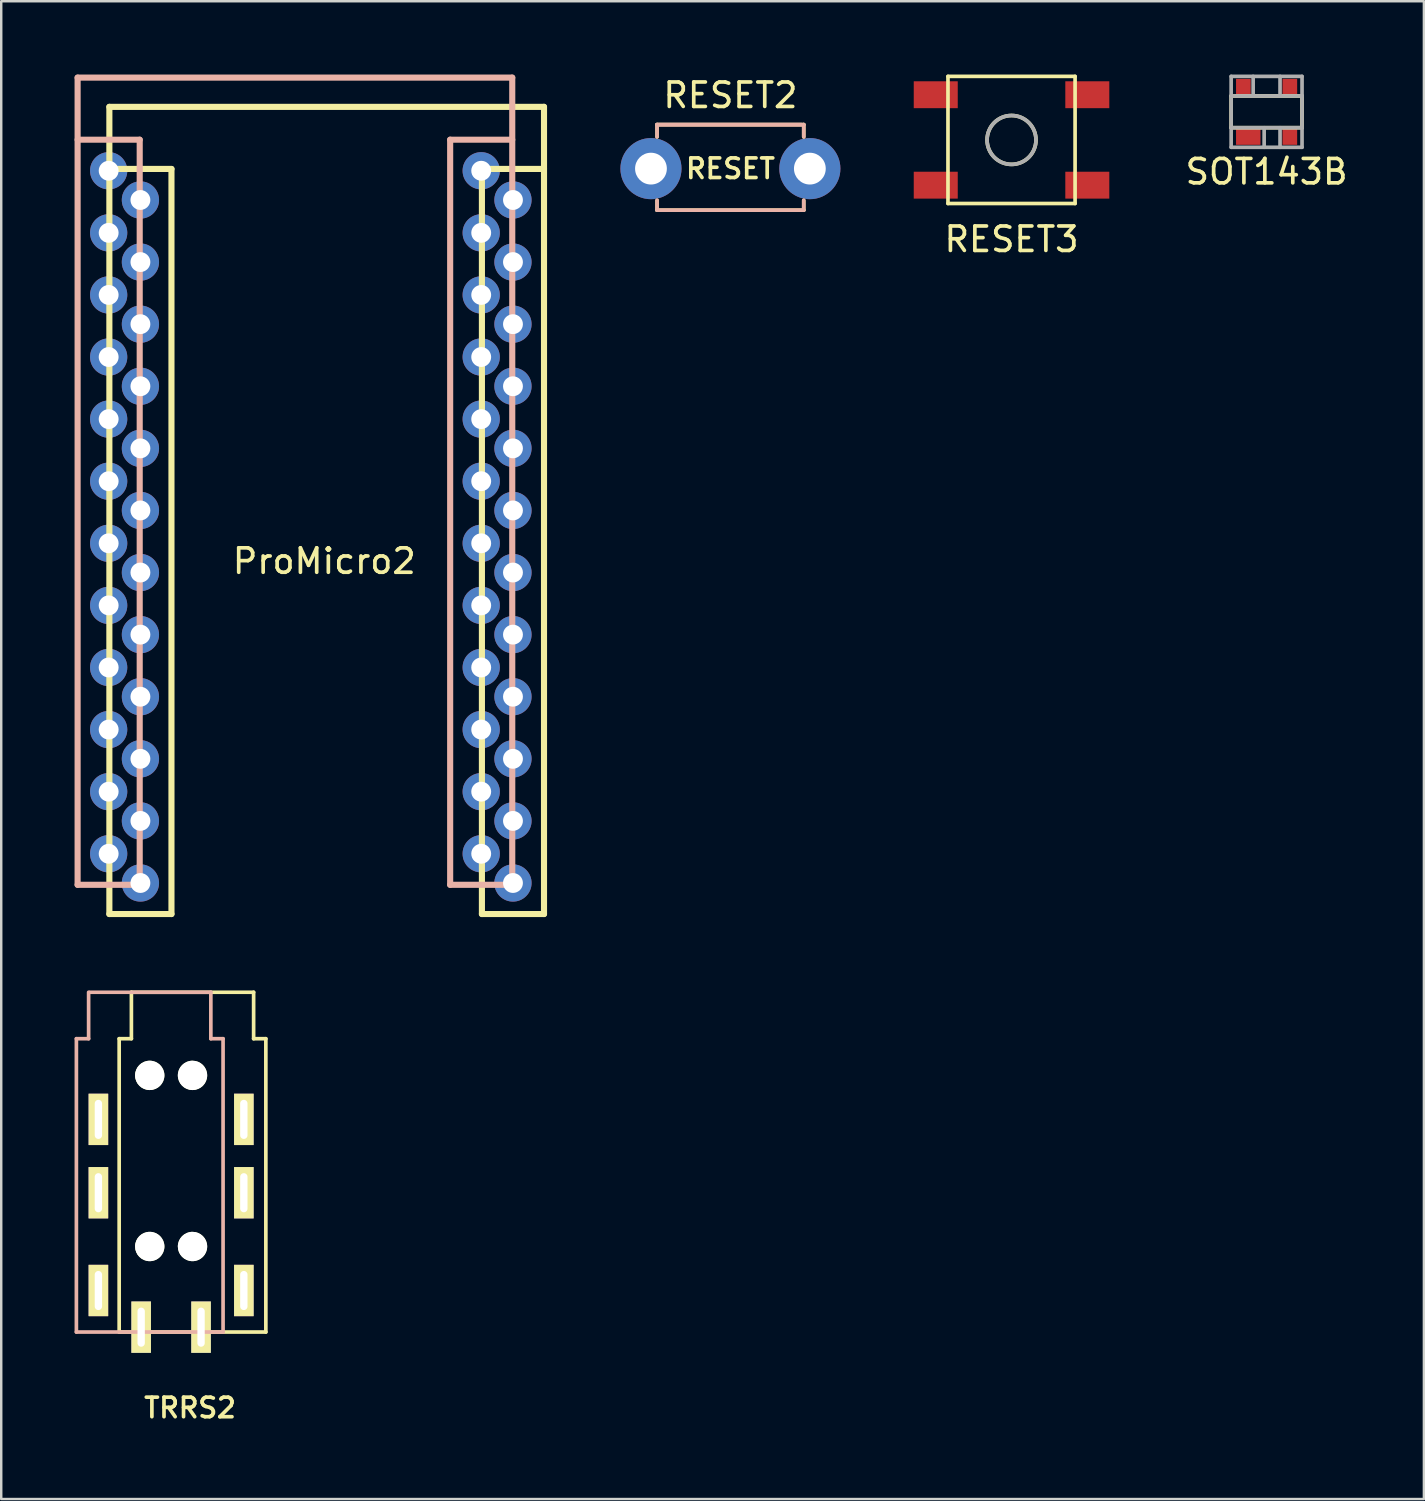
<source format=kicad_pcb>
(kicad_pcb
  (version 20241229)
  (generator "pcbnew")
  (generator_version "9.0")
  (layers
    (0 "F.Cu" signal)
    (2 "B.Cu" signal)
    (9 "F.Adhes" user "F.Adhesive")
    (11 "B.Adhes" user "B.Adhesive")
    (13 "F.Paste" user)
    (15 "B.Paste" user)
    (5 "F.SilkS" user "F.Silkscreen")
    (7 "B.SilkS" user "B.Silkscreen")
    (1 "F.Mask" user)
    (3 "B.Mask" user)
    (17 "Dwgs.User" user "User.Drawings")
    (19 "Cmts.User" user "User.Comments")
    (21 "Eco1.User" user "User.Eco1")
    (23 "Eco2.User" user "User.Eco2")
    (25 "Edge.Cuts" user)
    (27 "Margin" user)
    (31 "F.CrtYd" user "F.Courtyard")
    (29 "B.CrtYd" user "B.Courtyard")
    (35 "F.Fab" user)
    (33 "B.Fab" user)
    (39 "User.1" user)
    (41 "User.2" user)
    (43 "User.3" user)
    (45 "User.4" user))
  (footprint "RESET3"
    (layer "F.Cu")
    (at 38.329 2.675)
    (property "Reference" "RESET3" (at 0 4.064 0) (layer "F.SilkS") (effects (font (size 1 1) (thickness 0.15))))
    (attr through_hole)
    (fp_line (start -2.6 -2.6) (end 2.6 -2.6) (stroke (width 0.15) (type solid)) (layer "F.SilkS"))
    (fp_line (start -2.6 2.6) (end -2.6 -2.6) (stroke (width 0.15) (type solid)) (layer "F.SilkS"))
    (fp_line (start 2.6 -2.6) (end 2.6 2.6) (stroke (width 0.15) (type solid)) (layer "F.SilkS"))
    (fp_line (start 2.6 2.6) (end -2.6 2.6) (stroke (width 0.15) (type solid)) (layer "F.SilkS"))
    (fp_circle (center 0 0) (end 1 0) (stroke (width 0.15) (type solid)) (fill no) (layer "F.SilkS"))
    (fp_circle (center 0 0) (end 1 0) (stroke (width 0.15) (type solid)) (fill no) (layer "F.Fab"))
    (pad "1" smd rect (at 3.1 1.85) (size 1.8 1.1) (layers "F.Cu" "F.Mask" "F.Paste"))
    (pad "2" smd rect (at -3.1 -1.85) (size 1.8 1.1) (layers "F.Cu" "F.Mask" "F.Paste"))
    (pad "3" smd rect (at 3.1 -1.85) (size 1.8 1.1) (layers "F.Cu" "F.Mask" "F.Paste"))
    (pad "4" smd rect (at -3.1 1.85) (size 1.8 1.1) (layers "F.Cu" "F.Mask" "F.Paste")))
  (footprint "TRRS2"
    (layer "F.Cu")
    (at 4.825 39.441)
    (property "Reference" "TRRS2" (at -0.1 15.1 0) (layer "F.SilkS") (effects (font (size 0.8 0.8) (thickness 0.15))))
    (attr through_hole)
    (fp_line (start -3 0) (end -2.5 0) (stroke (width 0.15) (type solid)) (layer "F.SilkS"))
    (fp_line (start -3 12) (end -3 0) (stroke (width 0.15) (type solid)) (layer "F.SilkS"))
    (fp_line (start -2.5 -1.9) (end 2.5 -1.9) (stroke (width 0.15) (type solid)) (layer "F.SilkS"))
    (fp_line (start -2.5 0) (end -2.5 -1.9) (stroke (width 0.15) (type solid)) (layer "F.SilkS"))
    (fp_line (start 2.5 0) (end 2.5 -1.9) (stroke (width 0.15) (type solid)) (layer "F.SilkS"))
    (fp_line (start 3 0) (end 2.5 0) (stroke (width 0.15) (type solid)) (layer "F.SilkS"))
    (fp_line (start 3 0) (end 3 12) (stroke (width 0.15) (type solid)) (layer "F.SilkS"))
    (fp_line (start 3 12) (end -3 12) (stroke (width 0.15) (type solid)) (layer "F.SilkS"))
    (fp_line (start -4.75 0) (end -4.25 0) (stroke (width 0.15) (type solid)) (layer "B.SilkS"))
    (fp_line (start -4.75 12) (end -4.75 0) (stroke (width 0.15) (type solid)) (layer "B.SilkS"))
    (fp_line (start -4.25 0) (end -4.25 -1.9) (stroke (width 0.15) (type solid)) (layer "B.SilkS"))
    (fp_line (start -4.2 -1.9) (end 0.75 -1.9) (stroke (width 0.15) (type solid)) (layer "B.SilkS"))
    (fp_line (start 0.75 0) (end 0.75 -1.9) (stroke (width 0.15) (type solid)) (layer "B.SilkS"))
    (fp_line (start 1.25 0) (end 0.75 0) (stroke (width 0.15) (type solid)) (layer "B.SilkS"))
    (fp_line (start 1.25 0) (end 1.25 12) (stroke (width 0.15) (type solid)) (layer "B.SilkS"))
    (fp_line (start 1.25 12) (end -4.75 12) (stroke (width 0.15) (type solid)) (layer "B.SilkS"))
    (pad "" np_thru_hole circle (at -1.75 1.5) (size 1.2 1.2) (drill 1.2) (layers "*.Cu" "*.Mask" "F.SilkS"))
    (pad "" np_thru_hole circle (at -1.75 8.5) (size 1.2 1.2) (drill 1.2) (layers "*.Cu" "*.Mask" "F.SilkS"))
    (pad "" np_thru_hole circle (at 0 1.5) (size 1.2 1.2) (drill 1.2) (layers "*.Cu" "*.Mask" "F.SilkS"))
    (pad "" np_thru_hole circle (at 0 8.5) (size 1.2 1.2) (drill 1.2) (layers "*.Cu" "*.Mask" "F.SilkS"))
    (pad "A" thru_hole rect (at -2.1 11.8) (size 0.8 2.1) (drill oval 0.3 1.6) (layers "*.Cu" "*.Mask" "F.SilkS"))
    (pad "A" thru_hole rect (at 0.35 11.8) (size 0.8 2.1) (drill oval 0.3 1.6) (layers "*.Cu" "*.Mask" "F.SilkS"))
    (pad "B" thru_hole rect (at -3.85 3.3) (size 0.8 2.1) (drill oval 0.3 1.6) (layers "*.Cu" "*.Mask" "F.SilkS"))
    (pad "B" thru_hole rect (at 2.1 3.3) (size 0.8 2.1) (drill oval 0.3 1.6) (layers "*.Cu" "*.Mask" "F.SilkS"))
    (pad "C" thru_hole rect (at -3.85 6.3) (size 0.8 2.1) (drill oval 0.3 1.6) (layers "*.Cu" "*.Mask" "F.SilkS"))
    (pad "C" thru_hole rect (at 2.1 6.3) (size 0.8 2.1) (drill oval 0.3 1.6) (layers "*.Cu" "*.Mask" "F.SilkS"))
    (pad "D" thru_hole rect (at -3.85 10.3) (size 0.8 2.1) (drill oval 0.3 1.6) (layers "*.Cu" "*.Mask" "F.SilkS"))
    (pad "D" thru_hole rect (at 2.1 10.3) (size 0.8 2.1) (drill oval 0.3 1.6) (layers "*.Cu" "*.Mask" "F.SilkS")))
  (footprint "RESET2"
    (layer "F.Cu")
    (at 26.829 3.848)
    (property "Reference" "RESET2" (at 0 -3 0) (layer "F.SilkS") (effects (font (size 1 1) (thickness 0.15))))
    (attr through_hole)
    (fp_line (start -3 -1.8) (end -3 -1.3) (stroke (width 0.15) (type solid)) (layer "F.SilkS"))
    (fp_line (start -3 1.7) (end -3 1.3) (stroke (width 0.15) (type solid)) (layer "F.SilkS"))
    (fp_line (start -3 1.7) (end 3 1.7) (stroke (width 0.15) (type solid)) (layer "F.SilkS"))
    (fp_line (start 3 -1.8) (end -3 -1.8) (stroke (width 0.15) (type solid)) (layer "F.SilkS"))
    (fp_line (start 3 -1.8) (end 3 -1.3) (stroke (width 0.15) (type solid)) (layer "F.SilkS"))
    (fp_line (start 3 1.7) (end 3 1.3) (stroke (width 0.15) (type solid)) (layer "F.SilkS"))
    (fp_line (start -3 -1.8) (end -3 -1.3) (stroke (width 0.15) (type solid)) (layer "B.SilkS"))
    (fp_line (start -3 -1.8) (end 2.9 -1.8) (stroke (width 0.15) (type solid)) (layer "B.SilkS"))
    (fp_line (start -3 -1.8) (end 3 -1.8) (stroke (width 0.15) (type solid)) (layer "B.SilkS"))
    (fp_line (start -3 1.7) (end -3 1.3) (stroke (width 0.15) (type solid)) (layer "B.SilkS"))
    (fp_line (start 3 -1.8) (end 3 -1.3) (stroke (width 0.15) (type solid)) (layer "B.SilkS"))
    (fp_line (start 3 1.7) (end -3 1.7) (stroke (width 0.15) (type solid)) (layer "B.SilkS"))
    (fp_line (start 3 1.7) (end 3 1.3) (stroke (width 0.15) (type solid)) (layer "B.SilkS"))
    (fp_text user "RESET" (at 0 0 0) (layer "F.SilkS") (effects (font (size 0.8 0.8) (thickness 0.15))))
    (pad "1" thru_hole circle (at -3.25 0) (size 2.5 2.5) (drill 1.3) (layers "*.Cu" "*.Mask"))
    (pad "2" thru_hole circle (at 3.25 0) (size 2.5 2.5) (drill 1.3) (layers "*.Cu" "*.Mask")))
  (footprint "SOT143B"
    (layer "F.Cu")
    (at 48.763 1.525)
    (property "Reference" "SOT143B" (at 0 2.45 0) (layer "F.SilkS") (effects (font (size 1 1) (thickness 0.15))))
    (attr through_hole)
    (fp_line (start -1.45 -0.65) (end -1.45 0.65) (stroke (width 0.15) (type solid)) (layer "F.SilkS"))
    (fp_line (start -1.45 -0.65) (end 1.45 -0.65) (stroke (width 0.15) (type solid)) (layer "F.SilkS"))
    (fp_line (start -1.45 0.65) (end 1.45 0.65) (stroke (width 0.15) (type solid)) (layer "F.SilkS"))
    (fp_line (start 1.45 0.65) (end 1.45 -0.65) (stroke (width 0.15) (type solid)) (layer "F.SilkS"))
    (fp_line (start -1.45 -1.45) (end 1.45 -1.45) (stroke (width 0.15) (type solid)) (layer "F.Fab"))
    (fp_line (start -1.45 -0.65) (end 1.45 -0.65) (stroke (width 0.15) (type solid)) (layer "F.Fab"))
    (fp_line (start -1.45 1.45) (end -1.45 -1.45) (stroke (width 0.15) (type solid)) (layer "F.Fab"))
    (fp_line (start -0.55 -0.65) (end -0.55 -1.45) (stroke (width 0.15) (type solid)) (layer "F.Fab"))
    (fp_line (start -0.1 0.65) (end -0.1 1.45) (stroke (width 0.15) (type solid)) (layer "F.Fab"))
    (fp_line (start 0.55 -1.45) (end 0.55 -0.65) (stroke (width 0.15) (type solid)) (layer "F.Fab"))
    (fp_line (start 0.55 1.45) (end 0.55 0.65) (stroke (width 0.15) (type solid)) (layer "F.Fab"))
    (fp_line (start 1.45 -1.45) (end 1.45 1.45) (stroke (width 0.15) (type solid)) (layer "F.Fab"))
    (fp_line (start 1.45 0.65) (end -1.45 0.65) (stroke (width 0.15) (type solid)) (layer "F.Fab"))
    (fp_line (start 1.45 1.45) (end -1.45 1.45) (stroke (width 0.15) (type solid)) (layer "F.Fab"))
    (pad "1" smd rect (at -0.75 1) (size 1 0.7) (layers "F.Cu" "F.Mask" "F.Paste"))
    (pad "2" smd rect (at 0.95 1) (size 0.6 0.7) (layers "F.Cu" "F.Mask" "F.Paste"))
    (pad "3" smd rect (at 0.95 -1) (size 0.6 0.7) (layers "F.Cu" "F.Mask" "F.Paste"))
    (pad "4" smd rect (at -0.95 -1) (size 0.6 0.7) (layers "F.Cu" "F.Mask" "F.Paste")))
  (footprint "ProMicro2"
    (layer "F.Cu")
    (at 10.215 18.705)
    (property "Reference" "ProMicro2" (at 0 1.2 0) (layer "F.SilkS") (effects (font (size 1 1) (thickness 0.15))))
    (attr through_hole)
    (fp_line (start -8.791 -17.384) (end -8.791 15.636) (stroke (width 0.25) (type solid)) (layer "F.SilkS"))
    (fp_line (start -8.791 -14.844) (end -8.791 15.636) (stroke (width 0.15) (type solid)) (layer "F.SilkS"))
    (fp_line (start -8.791 15.636) (end -6.251 15.636) (stroke (width 0.25) (type solid)) (layer "F.SilkS"))
    (fp_line (start -6.251 -14.844) (end -8.791 -14.844) (stroke (width 0.25) (type solid)) (layer "F.SilkS"))
    (fp_line (start -6.251 15.636) (end -6.251 -14.844) (stroke (width 0.25) (type solid)) (layer "F.SilkS"))
    (fp_line (start 6.449 -14.844) (end 6.449 15.636) (stroke (width 0.25) (type solid)) (layer "F.SilkS"))
    (fp_line (start 6.449 15.636) (end 8.989 15.636) (stroke (width 0.25) (type solid)) (layer "F.SilkS"))
    (fp_line (start 8.989 -17.384) (end -8.791 -17.384) (stroke (width 0.25) (type solid)) (layer "F.SilkS"))
    (fp_line (start 8.989 -14.844) (end 6.449 -14.844) (stroke (width 0.25) (type solid)) (layer "F.SilkS"))
    (fp_line (start 8.989 15.636) (end 8.989 -17.384) (stroke (width 0.25) (type solid)) (layer "F.SilkS"))
    (fp_line (start 8.989 15.636) (end 8.989 -14.844) (stroke (width 0.15) (type solid)) (layer "F.SilkS"))
    (fp_line (start -10.09 -18.58) (end 7.69 -18.58) (stroke (width 0.25) (type solid)) (layer "B.SilkS"))
    (fp_line (start -10.09 -16.04) (end -7.55 -16.04) (stroke (width 0.25) (type solid)) (layer "B.SilkS"))
    (fp_line (start -10.09 14.44) (end -10.09 -18.58) (stroke (width 0.25) (type solid)) (layer "B.SilkS"))
    (fp_line (start -10.09 14.44) (end -10.09 -16.04) (stroke (width 0.15) (type solid)) (layer "B.SilkS"))
    (fp_line (start -7.55 -16.04) (end -7.55 14.44) (stroke (width 0.25) (type solid)) (layer "B.SilkS"))
    (fp_line (start -7.55 14.44) (end -10.09 14.44) (stroke (width 0.25) (type solid)) (layer "B.SilkS"))
    (fp_line (start 5.15 -16.04) (end 7.69 -16.04) (stroke (width 0.25) (type solid)) (layer "B.SilkS"))
    (fp_line (start 5.15 14.44) (end 5.15 -16.04) (stroke (width 0.25) (type solid)) (layer "B.SilkS"))
    (fp_line (start 7.69 -18.58) (end 7.69 14.44) (stroke (width 0.25) (type solid)) (layer "B.SilkS"))
    (fp_line (start 7.69 -16.04) (end 7.69 14.44) (stroke (width 0.15) (type solid)) (layer "B.SilkS"))
    (fp_line (start 7.69 14.44) (end 5.15 14.44) (stroke (width 0.25) (type solid)) (layer "B.SilkS"))
    (pad "1" thru_hole circle (at -8.82 -14.77) (size 1.524 1.524) (drill 0.813) (layers "*.Cu" "*.Mask"))
    (pad "1" thru_hole circle (at 7.719 -13.574 180) (size 1.524 1.524) (drill 0.813) (layers "*.Cu" "*.Mask"))
    (pad "2" thru_hole circle (at -8.82 -12.23) (size 1.524 1.524) (drill 0.813) (layers "*.Cu" "*.Mask"))
    (pad "2" thru_hole circle (at 7.719 -11.034 180) (size 1.524 1.524) (drill 0.813) (layers "*.Cu" "*.Mask"))
    (pad "3" thru_hole circle (at -8.82 -9.69) (size 1.524 1.524) (drill 0.813) (layers "*.Cu" "*.Mask"))
    (pad "3" thru_hole circle (at 7.719 -8.494 180) (size 1.524 1.524) (drill 0.813) (layers "*.Cu" "*.Mask"))
    (pad "4" thru_hole circle (at -8.82 -7.15) (size 1.524 1.524) (drill 0.813) (layers "*.Cu" "*.Mask"))
    (pad "4" thru_hole circle (at 7.719 -5.954 180) (size 1.524 1.524) (drill 0.813) (layers "*.Cu" "*.Mask"))
    (pad "5" thru_hole circle (at -8.82 -4.61) (size 1.524 1.524) (drill 0.813) (layers "*.Cu" "*.Mask"))
    (pad "5" thru_hole circle (at 7.719 -3.414 180) (size 1.524 1.524) (drill 0.813) (layers "*.Cu" "*.Mask"))
    (pad "6" thru_hole circle (at -8.82 -2.07) (size 1.524 1.524) (drill 0.813) (layers "*.Cu" "*.Mask"))
    (pad "6" thru_hole circle (at 7.719 -0.874 180) (size 1.524 1.524) (drill 0.813) (layers "*.Cu" "*.Mask"))
    (pad "7" thru_hole circle (at -8.82 0.47) (size 1.524 1.524) (drill 0.813) (layers "*.Cu" "*.Mask"))
    (pad "7" thru_hole circle (at 7.719 1.666 180) (size 1.524 1.524) (drill 0.813) (layers "*.Cu" "*.Mask"))
    (pad "8" thru_hole circle (at -8.82 3.01) (size 1.524 1.524) (drill 0.813) (layers "*.Cu" "*.Mask"))
    (pad "8" thru_hole circle (at 7.719 4.206 180) (size 1.524 1.524) (drill 0.813) (layers "*.Cu" "*.Mask"))
    (pad "9" thru_hole circle (at -8.82 5.55) (size 1.524 1.524) (drill 0.813) (layers "*.Cu" "*.Mask"))
    (pad "9" thru_hole circle (at 7.719 6.746 180) (size 1.524 1.524) (drill 0.813) (layers "*.Cu" "*.Mask"))
    (pad "10" thru_hole circle (at -8.82 8.09) (size 1.524 1.524) (drill 0.813) (layers "*.Cu" "*.Mask"))
    (pad "10" thru_hole circle (at 7.719 9.286 180) (size 1.524 1.524) (drill 0.813) (layers "*.Cu" "*.Mask"))
    (pad "11" thru_hole circle (at -8.82 10.63) (size 1.524 1.524) (drill 0.813) (layers "*.Cu" "*.Mask"))
    (pad "11" thru_hole circle (at 7.719 11.826 180) (size 1.524 1.524) (drill 0.813) (layers "*.Cu" "*.Mask"))
    (pad "12" thru_hole circle (at -8.82 13.17) (size 1.524 1.524) (drill 0.813) (layers "*.Cu" "*.Mask"))
    (pad "12" thru_hole circle (at 7.719 14.366 180) (size 1.524 1.524) (drill 0.813) (layers "*.Cu" "*.Mask"))
    (pad "13" thru_hole circle (at -7.521 14.366 180) (size 1.524 1.524) (drill 0.813) (layers "*.Cu" "*.Mask"))
    (pad "13" thru_hole circle (at 6.42 13.17) (size 1.524 1.524) (drill 0.813) (layers "*.Cu" "*.Mask"))
    (pad "14" thru_hole circle (at -7.521 11.826 180) (size 1.524 1.524) (drill 0.813) (layers "*.Cu" "*.Mask"))
    (pad "14" thru_hole circle (at 6.42 10.63) (size 1.524 1.524) (drill 0.813) (layers "*.Cu" "*.Mask"))
    (pad "15" thru_hole circle (at -7.521 9.286 180) (size 1.524 1.524) (drill 0.813) (layers "*.Cu" "*.Mask"))
    (pad "15" thru_hole circle (at 6.42 8.09) (size 1.524 1.524) (drill 0.813) (layers "*.Cu" "*.Mask"))
    (pad "16" thru_hole circle (at -7.521 6.746 180) (size 1.524 1.524) (drill 0.813) (layers "*.Cu" "*.Mask"))
    (pad "16" thru_hole circle (at 6.42 5.55) (size 1.524 1.524) (drill 0.813) (layers "*.Cu" "*.Mask"))
    (pad "17" thru_hole circle (at -7.521 4.206 180) (size 1.524 1.524) (drill 0.813) (layers "*.Cu" "*.Mask"))
    (pad "17" thru_hole circle (at 6.42 3.01) (size 1.524 1.524) (drill 0.813) (layers "*.Cu" "*.Mask"))
    (pad "18" thru_hole circle (at -7.521 1.666 180) (size 1.524 1.524) (drill 0.813) (layers "*.Cu" "*.Mask"))
    (pad "18" thru_hole circle (at 6.42 0.47) (size 1.524 1.524) (drill 0.813) (layers "*.Cu" "*.Mask"))
    (pad "19" thru_hole circle (at -7.521 -0.874 180) (size 1.524 1.524) (drill 0.813) (layers "*.Cu" "*.Mask"))
    (pad "19" thru_hole circle (at 6.42 -2.07) (size 1.524 1.524) (drill 0.813) (layers "*.Cu" "*.Mask"))
    (pad "20" thru_hole circle (at -7.521 -3.414 180) (size 1.524 1.524) (drill 0.813) (layers "*.Cu" "*.Mask"))
    (pad "20" thru_hole circle (at 6.42 -4.61) (size 1.524 1.524) (drill 0.813) (layers "*.Cu" "*.Mask"))
    (pad "21" thru_hole circle (at -7.521 -5.954 180) (size 1.524 1.524) (drill 0.813) (layers "*.Cu" "*.Mask"))
    (pad "21" thru_hole circle (at 6.42 -7.15) (size 1.524 1.524) (drill 0.813) (layers "*.Cu" "*.Mask"))
    (pad "22" thru_hole circle (at -7.521 -8.494 180) (size 1.524 1.524) (drill 0.813) (layers "*.Cu" "*.Mask"))
    (pad "22" thru_hole circle (at 6.42 -9.69) (size 1.524 1.524) (drill 0.813) (layers "*.Cu" "*.Mask"))
    (pad "23" thru_hole circle (at -7.521 -11.034 180) (size 1.524 1.524) (drill 0.813) (layers "*.Cu" "*.Mask"))
    (pad "23" thru_hole circle (at 6.42 -12.23) (size 1.524 1.524) (drill 0.813) (layers "*.Cu" "*.Mask"))
    (pad "24" thru_hole circle (at -7.521 -13.574 180) (size 1.524 1.524) (drill 0.813) (layers "*.Cu" "*.Mask"))
    (pad "24" thru_hole circle (at 6.42 -14.77) (size 1.524 1.524) (drill 0.813) (layers "*.Cu" "*.Mask")))
  (gr_rect
    (start -3 -3)
    (end 55.198 58.272)
    (stroke (width 0.1) (type default))
    (fill no)
    (layer "Edge.Cuts")))
</source>
